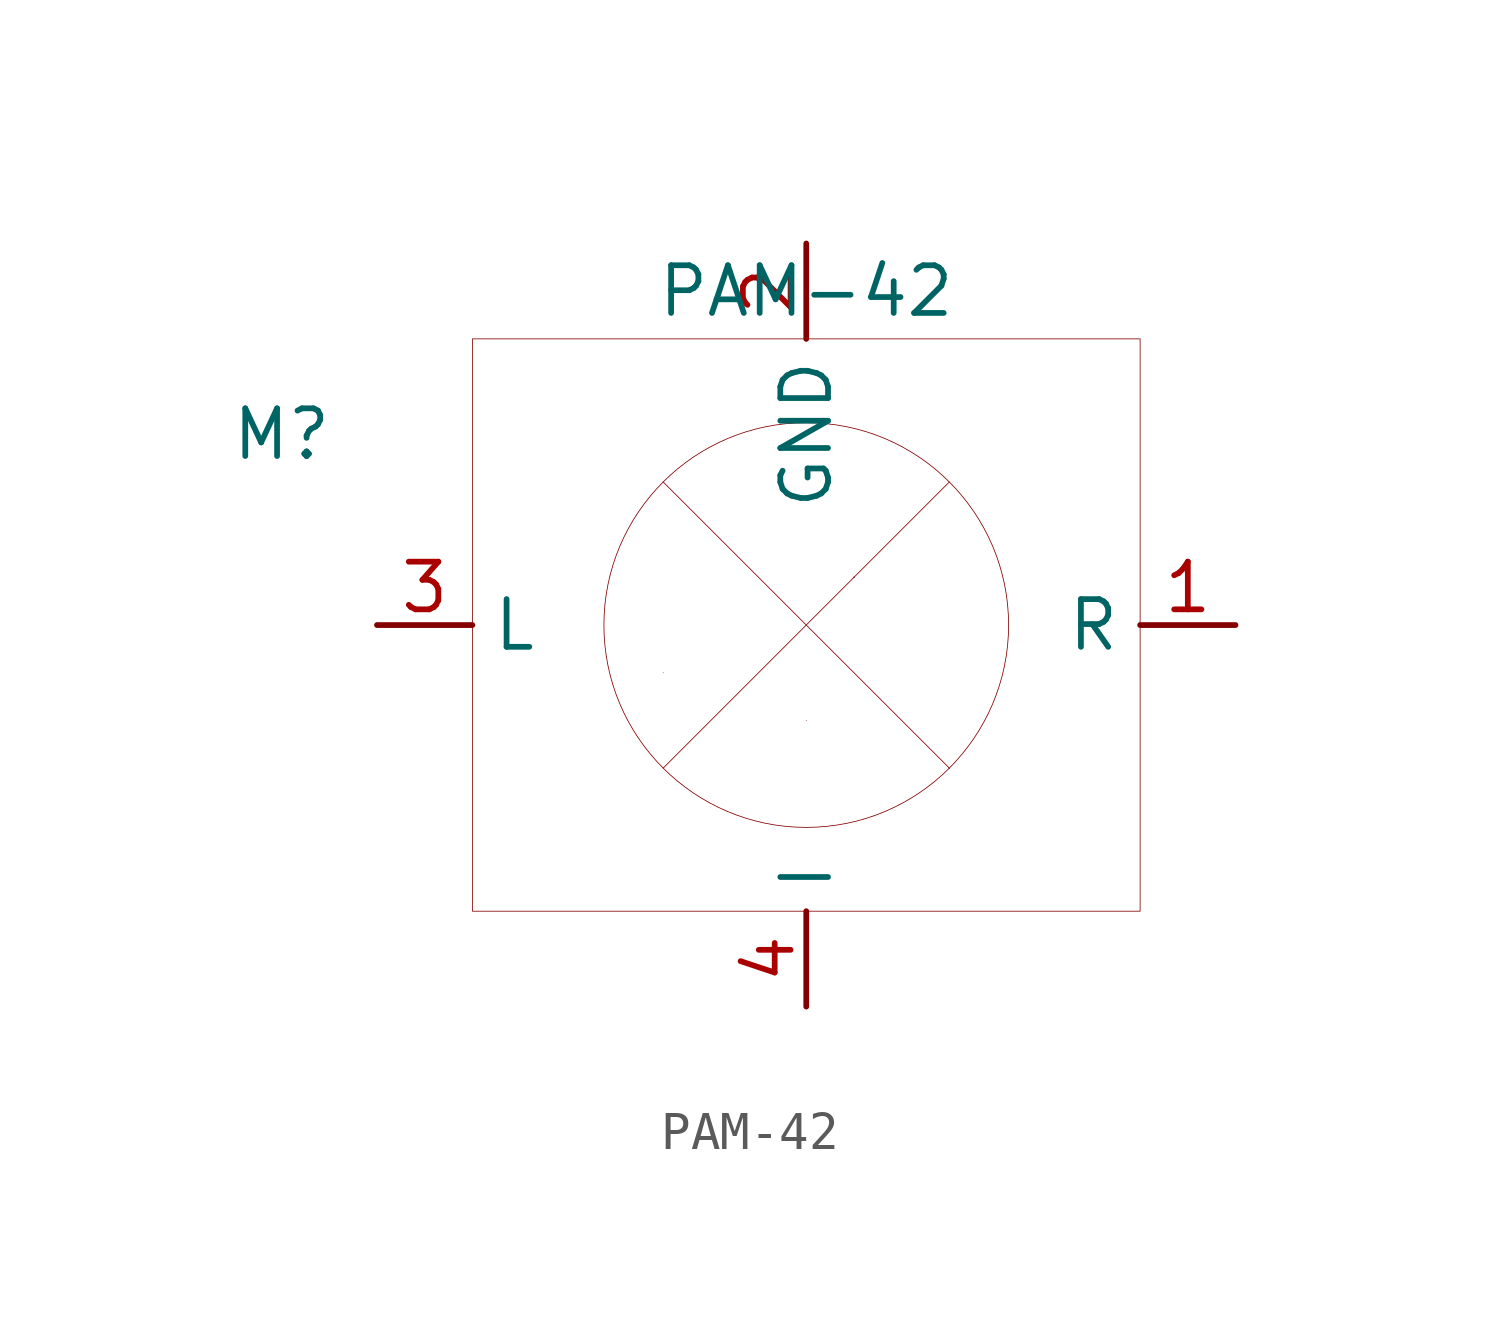
<source format=kicad_sym>
(kicad_symbol_lib
  (version 20201005)
  (generator kicad_symbol_editor)
  (symbol "TG:PAM-42"
    (property "Reference" "M"
      (at -15.24 3.81 0)
      (effects (font (size 1.27 1.27))))
    (property "Value" "PAM-42"
      (at -1.27 7.62 0)
      (effects (font (size 1.27 1.27))))
    (symbol "PAM-42_0_1"
      (circle (center -1.27 -1.27) (radius 5.388) (stroke (width 0.001)) (fill (type none)))
      (circle (center 0 0) (radius 0) (stroke (width 0.001)) (fill (type none)))
      (rectangle (start -10.16 6.35) (end 7.62 -8.89) (stroke (width 0.001)) (fill (type none)))
      (rectangle (start -5.08 -2.54) (end -5.08 -2.54) (stroke (width 0.001)) (fill (type none)))
      (rectangle (start -1.27 -3.81) (end -1.27 -3.81) (stroke (width 0.001)) (fill (type none)))
      (rectangle (start 2.54 -5.08) (end 2.54 -5.08) (stroke (width 0.001)) (fill (type none)))
      (rectangle (start 6.35 -1.27) (end 6.35 -1.27) (stroke (width 0.001)) (fill (type none)))
      (polyline (pts (xy -5.08 -5.08) (xy 2.54 2.54)) (stroke (width 0.001)) (fill (type none)))
      (polyline (pts (xy -5.08 2.54) (xy 2.54 -5.08)) (stroke (width 0.001)) (fill (type none))))
    (symbol "PAM-42_1_1"
      (pin input line (at 10.16 -1.27 180) (length 2.54) (name "R" (effects (font (size 1.27 1.27)))) (number "1" (effects (font (size 1.27 1.27)))))
      (pin passive line (at -1.27 8.89 270) (length 2.54) (name "GND" (effects (font (size 1.27 1.27)))) (number "2" (effects (font (size 1.27 1.27)))))
      (pin input line (at -12.7 -1.27 0) (length 2.54) (name "L" (effects (font (size 1.27 1.27)))) (number "3" (effects (font (size 1.27 1.27)))))
      (pin output line (at -1.27 -11.43 90) (length 2.54) (name "I" (effects (font (size 1.27 1.27)))) (number "4" (effects (font (size 1.27 1.27))))))))
</source>
